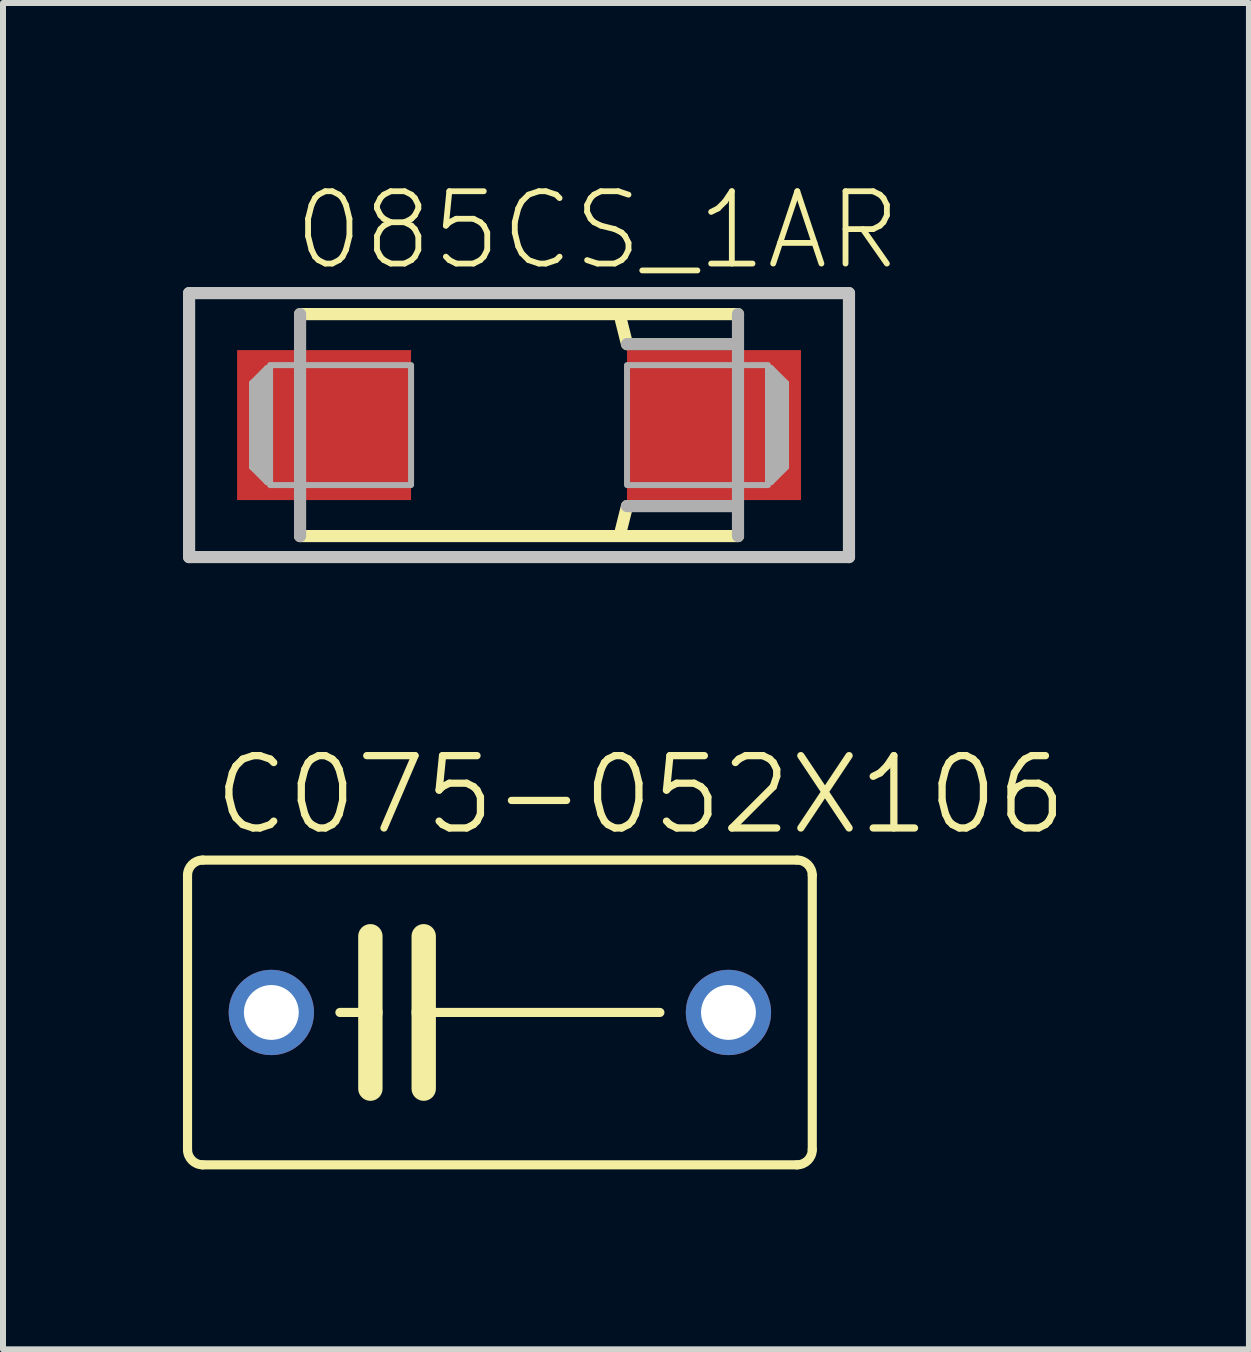
<source format=kicad_pcb>
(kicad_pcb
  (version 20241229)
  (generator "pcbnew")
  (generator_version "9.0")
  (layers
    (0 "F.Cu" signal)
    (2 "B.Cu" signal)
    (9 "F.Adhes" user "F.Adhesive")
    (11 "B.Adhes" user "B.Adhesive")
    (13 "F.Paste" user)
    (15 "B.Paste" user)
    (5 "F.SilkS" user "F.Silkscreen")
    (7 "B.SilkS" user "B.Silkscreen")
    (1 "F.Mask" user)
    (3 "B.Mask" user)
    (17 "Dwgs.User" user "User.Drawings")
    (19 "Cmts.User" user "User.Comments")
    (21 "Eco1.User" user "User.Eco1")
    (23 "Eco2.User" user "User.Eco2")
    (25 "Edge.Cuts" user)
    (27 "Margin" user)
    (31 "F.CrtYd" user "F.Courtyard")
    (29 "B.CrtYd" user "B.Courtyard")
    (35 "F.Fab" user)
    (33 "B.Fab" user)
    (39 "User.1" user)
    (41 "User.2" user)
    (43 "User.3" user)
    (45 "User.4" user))
  (footprint "085CS_1AR"
    (layer "F.Cu")
    (at 5.602 4.036)
    (property "Reference" "085CS_1AR" (at -3.81 -2.54 0) (layer "F.SilkS") (effects (font (size 1.206 1.206) (thickness 0.097)) (justify left bottom)))
    (attr through_hole)
    (fp_line (start -3.65 1.85) (end 3.65 1.85) (stroke (width 0.203) (type solid)) (layer "F.SilkS"))
    (fp_line (start 1.8 -1.35) (end 1.7 -1.75) (stroke (width 0.203) (type solid)) (layer "F.SilkS"))
    (fp_line (start 1.8 1.35) (end 1.7 1.75) (stroke (width 0.203) (type solid)) (layer "F.SilkS"))
    (fp_line (start 3.65 -1.85) (end -3.65 -1.85) (stroke (width 0.203) (type solid)) (layer "F.SilkS"))
    (fp_line (start -5.5 -2.2) (end -5.5 2.2) (stroke (width 0.203) (type solid)) (layer "Dwgs.User"))
    (fp_line (start -5.5 -2.2) (end 5.5 -2.2) (stroke (width 0.203) (type solid)) (layer "Dwgs.User"))
    (fp_line (start -5.5 2.2) (end 5.5 2.2) (stroke (width 0.203) (type solid)) (layer "Dwgs.User"))
    (fp_line (start 5.5 -2.2) (end 5.5 2.2) (stroke (width 0.203) (type solid)) (layer "Dwgs.User"))
    (fp_line (start -4.45 -0.7) (end -4.45 0.7) (stroke (width 0.102) (type solid)) (layer "F.Fab"))
    (fp_line (start -4.45 0.7) (end -4.2 0.95) (stroke (width 0.102) (type solid)) (layer "F.Fab"))
    (fp_line (start -4.3 -0.75) (end -4.3 0.75) (stroke (width 0.203) (type solid)) (layer "F.Fab"))
    (fp_line (start -4.2 -0.95) (end -4.45 -0.7) (stroke (width 0.102) (type solid)) (layer "F.Fab"))
    (fp_line (start -4.2 0.95) (end -4.2 -0.95) (stroke (width 0.102) (type solid)) (layer "F.Fab"))
    (fp_line (start -3.65 -1.85) (end -3.65 1.85) (stroke (width 0.203) (type solid)) (layer "F.Fab"))
    (fp_line (start 3.55 -1.35) (end 1.8 -1.35) (stroke (width 0.203) (type solid)) (layer "F.Fab"))
    (fp_line (start 3.6 1.35) (end 1.8 1.35) (stroke (width 0.203) (type solid)) (layer "F.Fab"))
    (fp_line (start 3.65 1.85) (end 3.65 -1.85) (stroke (width 0.203) (type solid)) (layer "F.Fab"))
    (fp_line (start 4.2 -0.95) (end 4.2 0.95) (stroke (width 0.102) (type solid)) (layer "F.Fab"))
    (fp_line (start 4.2 0.95) (end 4.45 0.7) (stroke (width 0.102) (type solid)) (layer "F.Fab"))
    (fp_line (start 4.3 0.75) (end 4.3 -0.75) (stroke (width 0.203) (type solid)) (layer "F.Fab"))
    (fp_line (start 4.45 -0.7) (end 4.2 -0.95) (stroke (width 0.102) (type solid)) (layer "F.Fab"))
    (fp_line (start 4.45 0.7) (end 4.45 -0.7) (stroke (width 0.102) (type solid)) (layer "F.Fab"))
    (fp_poly (pts (xy -4.15 1) (xy -1.8 1) (xy -1.8 -1) (xy -4.15 -1)) (stroke (width 0.1) (type solid)) (fill no) (layer "F.Fab"))
    (fp_poly (pts (xy 1.8 1) (xy 4.15 1) (xy 4.15 -1) (xy 1.8 -1)) (stroke (width 0.1) (type solid)) (fill no) (layer "F.Fab"))
    (pad "+" smd rect (at 3.25 0) (size 2.9 2.5) (layers "F.Cu" "F.Mask" "F.Paste"))
    (pad "-" smd rect (at -3.25 0) (size 2.9 2.5) (layers "F.Cu" "F.Mask" "F.Paste")))
  (footprint "C075-052X106"
    (layer "F.Cu")
    (at 5.283 13.827)
    (property "Reference" "C075-052X106" (at -4.826 -2.921 0) (layer "F.SilkS") (effects (font (size 1.206 1.206) (thickness 0.121)) (justify left bottom)))
    (attr through_hole)
    (fp_line (start -5.207 -2.286) (end -5.207 2.286) (stroke (width 0.152) (type solid)) (layer "F.SilkS"))
    (fp_line (start -4.953 2.54) (end 4.953 2.54) (stroke (width 0.152) (type solid)) (layer "F.SilkS"))
    (fp_line (start -2.667 0) (end -2.159 0) (stroke (width 0.152) (type solid)) (layer "F.SilkS"))
    (fp_line (start -2.159 -1.27) (end -2.159 0) (stroke (width 0.406) (type solid)) (layer "F.SilkS"))
    (fp_line (start -2.159 0) (end -2.159 1.27) (stroke (width 0.406) (type solid)) (layer "F.SilkS"))
    (fp_line (start -1.27 -1.27) (end -1.27 0) (stroke (width 0.406) (type solid)) (layer "F.SilkS"))
    (fp_line (start -1.27 0) (end -1.27 1.27) (stroke (width 0.406) (type solid)) (layer "F.SilkS"))
    (fp_line (start -1.27 0) (end 2.667 0) (stroke (width 0.152) (type solid)) (layer "F.SilkS"))
    (fp_line (start 4.953 -2.54) (end -4.953 -2.54) (stroke (width 0.152) (type solid)) (layer "F.SilkS"))
    (fp_line (start 5.207 2.286) (end 5.207 -2.286) (stroke (width 0.152) (type solid)) (layer "F.SilkS"))
    (fp_arc (start -5.207 -2.286) (mid -5.132605 -2.465605) (end -4.953 -2.54) (stroke (width 0.1524) (type solid)) (layer "F.SilkS"))
    (fp_arc (start -4.953 2.54) (mid -5.132605 2.465605) (end -5.207 2.286) (stroke (width 0.1524) (type solid)) (layer "F.SilkS"))
    (fp_arc (start 4.953 -2.54) (mid 5.132605 -2.465605) (end 5.207 -2.286) (stroke (width 0.1524) (type solid)) (layer "F.SilkS"))
    (fp_arc (start 5.207 2.286) (mid 5.132605 2.465605) (end 4.953 2.54) (stroke (width 0.1524) (type solid)) (layer "F.SilkS"))
    (pad "1" thru_hole circle (at -3.81 0) (size 1.422 1.422) (drill 0.914) (layers "*.Cu" "*.Mask"))
    (pad "2" thru_hole circle (at 3.81 0) (size 1.422 1.422) (drill 0.914) (layers "*.Cu" "*.Mask")))
  (gr_rect
    (start -3 -3)
    (end 17.769 19.443)
    (stroke (width 0.1) (type default))
    (fill no)
    (layer "Edge.Cuts")))
</source>
